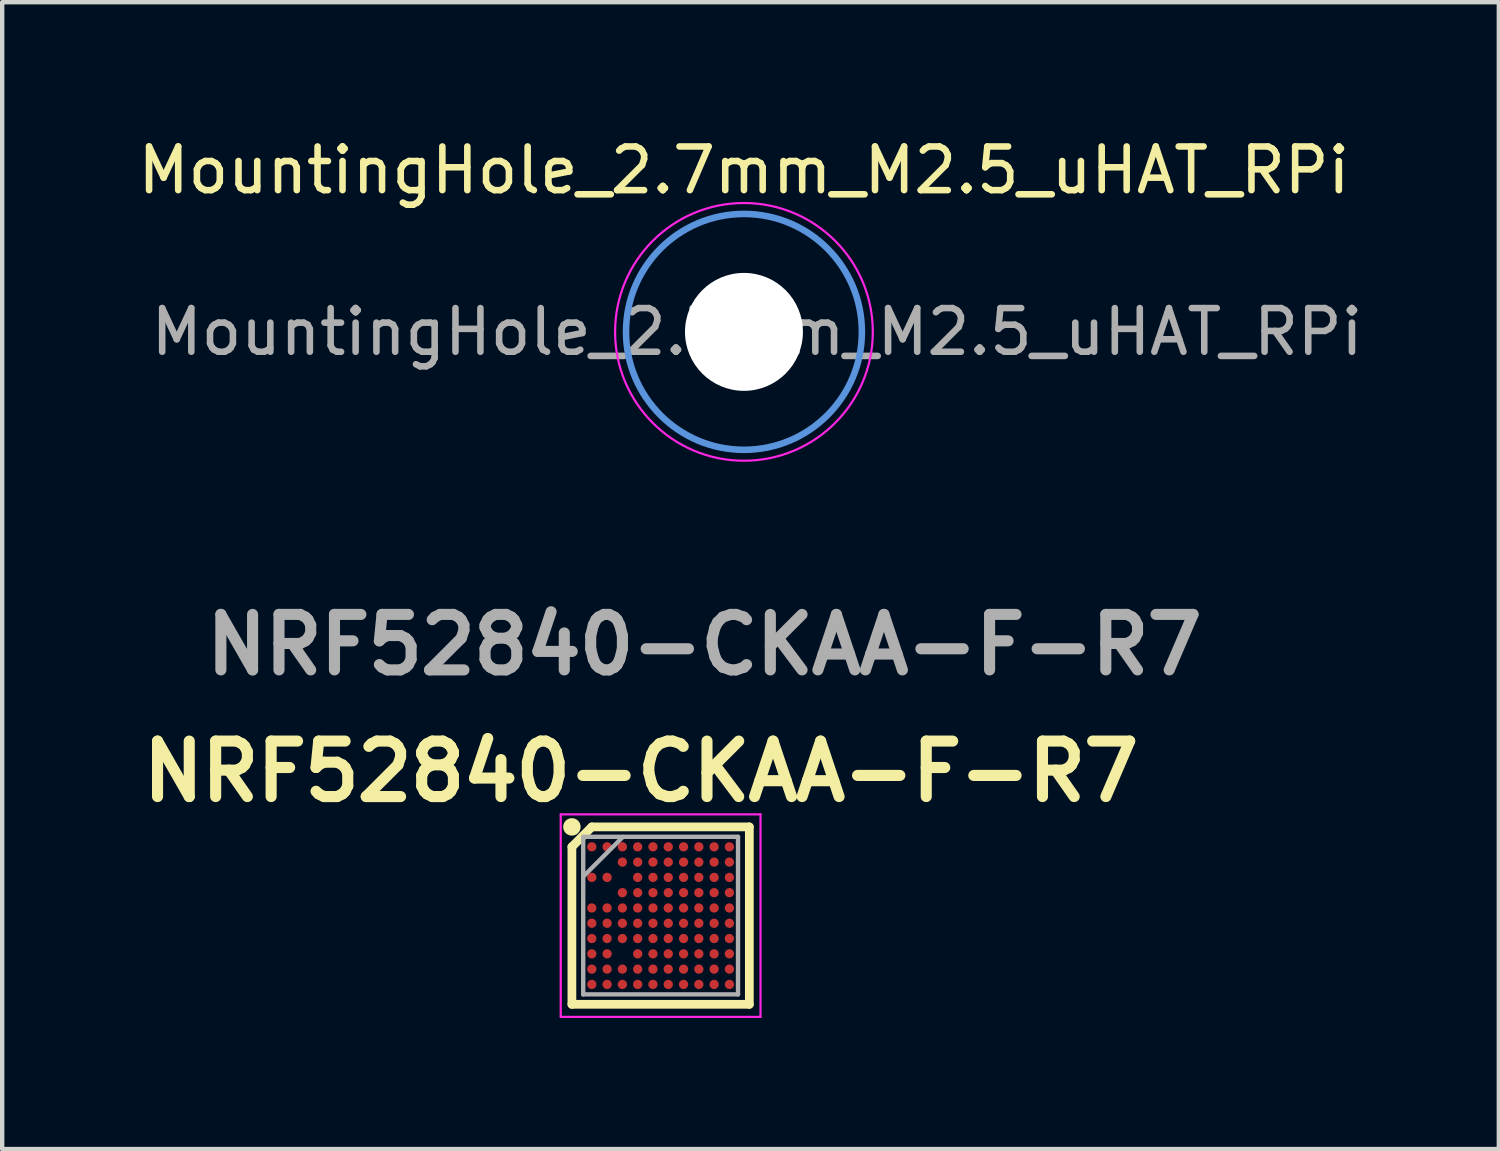
<source format=kicad_pcb>
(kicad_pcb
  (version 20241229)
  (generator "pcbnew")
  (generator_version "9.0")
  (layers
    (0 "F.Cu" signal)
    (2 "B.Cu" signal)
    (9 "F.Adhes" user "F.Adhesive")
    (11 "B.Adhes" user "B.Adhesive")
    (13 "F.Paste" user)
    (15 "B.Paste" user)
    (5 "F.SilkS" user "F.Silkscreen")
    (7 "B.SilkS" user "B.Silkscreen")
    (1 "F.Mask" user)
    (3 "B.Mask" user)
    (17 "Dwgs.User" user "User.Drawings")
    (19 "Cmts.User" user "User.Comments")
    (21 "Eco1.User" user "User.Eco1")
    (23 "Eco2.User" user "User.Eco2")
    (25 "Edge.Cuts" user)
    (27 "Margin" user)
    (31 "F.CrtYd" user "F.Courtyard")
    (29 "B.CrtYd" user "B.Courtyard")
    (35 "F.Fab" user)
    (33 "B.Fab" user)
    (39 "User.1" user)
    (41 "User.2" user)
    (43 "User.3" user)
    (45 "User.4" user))
  (footprint "NRF52840-CKAA-F-R7"
    (layer "F.Cu")
    (at 12.074 17.912)
    (property "Reference" "NRF52840-CKAA-F-R7" (at -0.45 -3.3 0) (layer "F.SilkS") (effects (font (size 1.27 1.27) (thickness 0.254))))
    (attr smd)
    (fp_line (start -2.031 -1.575) (end -1.575 -2.031) (stroke (width 0.2) (type solid)) (layer "F.SilkS"))
    (fp_line (start -2.031 2.031) (end -2.031 -1.575) (stroke (width 0.2) (type solid)) (layer "F.SilkS"))
    (fp_line (start -1.575 -2.031) (end 2.031 -2.031) (stroke (width 0.2) (type solid)) (layer "F.SilkS"))
    (fp_line (start 2.031 -2.031) (end 2.031 2.031) (stroke (width 0.2) (type solid)) (layer "F.SilkS"))
    (fp_line (start 2.031 2.031) (end -2.031 2.031) (stroke (width 0.2) (type solid)) (layer "F.SilkS"))
    (fp_circle (center -2.031 -2.031) (end -2.031 -1.931) (stroke (width 0.2) (type solid)) (fill no) (layer "F.SilkS"))
    (fp_line (start -2.287 -2.318) (end 2.287 -2.318) (stroke (width 0.05) (type solid)) (layer "F.CrtYd"))
    (fp_line (start -2.287 2.319) (end -2.287 -2.318) (stroke (width 0.05) (type solid)) (layer "F.CrtYd"))
    (fp_line (start 2.287 -2.318) (end 2.287 2.319) (stroke (width 0.05) (type solid)) (layer "F.CrtYd"))
    (fp_line (start 2.287 2.319) (end -2.287 2.319) (stroke (width 0.05) (type solid)) (layer "F.CrtYd"))
    (fp_line (start -1.772 -1.804) (end 1.772 -1.804) (stroke (width 0.1) (type solid)) (layer "F.Fab"))
    (fp_line (start -1.772 -0.894) (end -0.863 -1.803) (stroke (width 0.1) (type solid)) (layer "F.Fab"))
    (fp_line (start -1.772 1.803) (end -1.772 -1.804) (stroke (width 0.1) (type solid)) (layer "F.Fab"))
    (fp_line (start 1.772 -1.804) (end 1.772 1.803) (stroke (width 0.1) (type solid)) (layer "F.Fab"))
    (fp_line (start 1.772 1.803) (end -1.772 1.803) (stroke (width 0.1) (type solid)) (layer "F.Fab"))
    (fp_text user "${REFERENCE}" (at 1 -6.2 0) (layer "F.Fab") (effects (font (size 1.27 1.27) (thickness 0.254))))
    (pad "A1" smd circle (at -1.575 -1.575 90) (size 0.212 0.212) (layers "F.Cu" "F.Mask" "F.Paste"))
    (pad "A2" smd circle (at -1.225 -1.575 90) (size 0.212 0.212) (layers "F.Cu" "F.Mask" "F.Paste"))
    (pad "A3" smd circle (at -0.875 -1.575 90) (size 0.212 0.212) (layers "F.Cu" "F.Mask" "F.Paste"))
    (pad "A4" smd circle (at -0.525 -1.575 90) (size 0.212 0.212) (layers "F.Cu" "F.Mask" "F.Paste"))
    (pad "A5" smd circle (at -0.175 -1.575 90) (size 0.212 0.212) (layers "F.Cu" "F.Mask" "F.Paste"))
    (pad "A6" smd circle (at 0.175 -1.575 90) (size 0.212 0.212) (layers "F.Cu" "F.Mask" "F.Paste"))
    (pad "A7" smd circle (at 0.525 -1.575 90) (size 0.212 0.212) (layers "F.Cu" "F.Mask" "F.Paste"))
    (pad "A8" smd circle (at 0.875 -1.575 90) (size 0.212 0.212) (layers "F.Cu" "F.Mask" "F.Paste"))
    (pad "A9" smd circle (at 1.225 -1.575 90) (size 0.212 0.212) (layers "F.Cu" "F.Mask" "F.Paste"))
    (pad "A10" smd circle (at 1.575 -1.575 90) (size 0.212 0.212) (layers "F.Cu" "F.Mask" "F.Paste"))
    (pad "B3" smd circle (at -0.875 -1.225 90) (size 0.212 0.212) (layers "F.Cu" "F.Mask" "F.Paste"))
    (pad "B4" smd circle (at -0.525 -1.225 90) (size 0.212 0.212) (layers "F.Cu" "F.Mask" "F.Paste"))
    (pad "B5" smd circle (at -0.175 -1.225 90) (size 0.212 0.212) (layers "F.Cu" "F.Mask" "F.Paste"))
    (pad "B6" smd circle (at 0.175 -1.225 90) (size 0.212 0.212) (layers "F.Cu" "F.Mask" "F.Paste"))
    (pad "B7" smd circle (at 0.525 -1.225 90) (size 0.212 0.212) (layers "F.Cu" "F.Mask" "F.Paste"))
    (pad "B8" smd circle (at 0.875 -1.225 90) (size 0.212 0.212) (layers "F.Cu" "F.Mask" "F.Paste"))
    (pad "B9" smd circle (at 1.225 -1.225 90) (size 0.212 0.212) (layers "F.Cu" "F.Mask" "F.Paste"))
    (pad "B10" smd circle (at 1.575 -1.225 90) (size 0.212 0.212) (layers "F.Cu" "F.Mask" "F.Paste"))
    (pad "C1" smd circle (at -1.575 -0.875 90) (size 0.212 0.212) (layers "F.Cu" "F.Mask" "F.Paste"))
    (pad "C2" smd circle (at -1.225 -0.875 90) (size 0.212 0.212) (layers "F.Cu" "F.Mask" "F.Paste"))
    (pad "C4" smd circle (at -0.525 -0.875 90) (size 0.212 0.212) (layers "F.Cu" "F.Mask" "F.Paste"))
    (pad "C5" smd circle (at -0.175 -0.875 90) (size 0.212 0.212) (layers "F.Cu" "F.Mask" "F.Paste"))
    (pad "C6" smd circle (at 0.175 -0.875 90) (size 0.212 0.212) (layers "F.Cu" "F.Mask" "F.Paste"))
    (pad "C7" smd circle (at 0.525 -0.875 90) (size 0.212 0.212) (layers "F.Cu" "F.Mask" "F.Paste"))
    (pad "C8" smd circle (at 0.875 -0.875 90) (size 0.212 0.212) (layers "F.Cu" "F.Mask" "F.Paste"))
    (pad "C9" smd circle (at 1.225 -0.875 90) (size 0.212 0.212) (layers "F.Cu" "F.Mask" "F.Paste"))
    (pad "C10" smd circle (at 1.575 -0.875 90) (size 0.212 0.212) (layers "F.Cu" "F.Mask" "F.Paste"))
    (pad "D3" smd circle (at -0.875 -0.525 90) (size 0.212 0.212) (layers "F.Cu" "F.Mask" "F.Paste"))
    (pad "D4" smd circle (at -0.525 -0.525 90) (size 0.212 0.212) (layers "F.Cu" "F.Mask" "F.Paste"))
    (pad "D5" smd circle (at -0.175 -0.525 90) (size 0.212 0.212) (layers "F.Cu" "F.Mask" "F.Paste"))
    (pad "D6" smd circle (at 0.175 -0.525 90) (size 0.212 0.212) (layers "F.Cu" "F.Mask" "F.Paste"))
    (pad "D7" smd circle (at 0.525 -0.525 90) (size 0.212 0.212) (layers "F.Cu" "F.Mask" "F.Paste"))
    (pad "D8" smd circle (at 0.875 -0.525 90) (size 0.212 0.212) (layers "F.Cu" "F.Mask" "F.Paste"))
    (pad "D9" smd circle (at 1.225 -0.525 90) (size 0.212 0.212) (layers "F.Cu" "F.Mask" "F.Paste"))
    (pad "D10" smd circle (at 1.575 -0.525 90) (size 0.212 0.212) (layers "F.Cu" "F.Mask" "F.Paste"))
    (pad "E1" smd circle (at -1.575 -0.175 90) (size 0.212 0.212) (layers "F.Cu" "F.Mask" "F.Paste"))
    (pad "E2" smd circle (at -1.225 -0.175 90) (size 0.212 0.212) (layers "F.Cu" "F.Mask" "F.Paste"))
    (pad "E3" smd circle (at -0.875 -0.175 90) (size 0.212 0.212) (layers "F.Cu" "F.Mask" "F.Paste"))
    (pad "E4" smd circle (at -0.525 -0.175 90) (size 0.212 0.212) (layers "F.Cu" "F.Mask" "F.Paste"))
    (pad "E5" smd circle (at -0.175 -0.175 90) (size 0.212 0.212) (layers "F.Cu" "F.Mask" "F.Paste"))
    (pad "E6" smd circle (at 0.175 -0.175 90) (size 0.212 0.212) (layers "F.Cu" "F.Mask" "F.Paste"))
    (pad "E7" smd circle (at 0.525 -0.175 90) (size 0.212 0.212) (layers "F.Cu" "F.Mask" "F.Paste"))
    (pad "E8" smd circle (at 0.875 -0.175 90) (size 0.212 0.212) (layers "F.Cu" "F.Mask" "F.Paste"))
    (pad "E9" smd circle (at 1.225 -0.175 90) (size 0.212 0.212) (layers "F.Cu" "F.Mask" "F.Paste"))
    (pad "E10" smd circle (at 1.575 -0.175 90) (size 0.212 0.212) (layers "F.Cu" "F.Mask" "F.Paste"))
    (pad "F1" smd circle (at -1.575 0.175 90) (size 0.212 0.212) (layers "F.Cu" "F.Mask" "F.Paste"))
    (pad "F2" smd circle (at -1.225 0.175 90) (size 0.212 0.212) (layers "F.Cu" "F.Mask" "F.Paste"))
    (pad "F3" smd circle (at -0.875 0.175 90) (size 0.212 0.212) (layers "F.Cu" "F.Mask" "F.Paste"))
    (pad "F4" smd circle (at -0.525 0.175 90) (size 0.212 0.212) (layers "F.Cu" "F.Mask" "F.Paste"))
    (pad "F5" smd circle (at -0.175 0.175 90) (size 0.212 0.212) (layers "F.Cu" "F.Mask" "F.Paste"))
    (pad "F6" smd circle (at 0.175 0.175 90) (size 0.212 0.212) (layers "F.Cu" "F.Mask" "F.Paste"))
    (pad "F7" smd circle (at 0.525 0.175 90) (size 0.212 0.212) (layers "F.Cu" "F.Mask" "F.Paste"))
    (pad "F8" smd circle (at 0.875 0.175 90) (size 0.212 0.212) (layers "F.Cu" "F.Mask" "F.Paste"))
    (pad "F9" smd circle (at 1.225 0.175 90) (size 0.212 0.212) (layers "F.Cu" "F.Mask" "F.Paste"))
    (pad "F10" smd circle (at 1.575 0.175 90) (size 0.212 0.212) (layers "F.Cu" "F.Mask" "F.Paste"))
    (pad "G1" smd circle (at -1.575 0.525 90) (size 0.212 0.212) (layers "F.Cu" "F.Mask" "F.Paste"))
    (pad "G2" smd circle (at -1.225 0.525 90) (size 0.212 0.212) (layers "F.Cu" "F.Mask" "F.Paste"))
    (pad "G3" smd circle (at -0.875 0.525 90) (size 0.212 0.212) (layers "F.Cu" "F.Mask" "F.Paste"))
    (pad "G4" smd circle (at -0.525 0.525 90) (size 0.212 0.212) (layers "F.Cu" "F.Mask" "F.Paste"))
    (pad "G5" smd circle (at -0.175 0.525 90) (size 0.212 0.212) (layers "F.Cu" "F.Mask" "F.Paste"))
    (pad "G6" smd circle (at 0.175 0.525 90) (size 0.212 0.212) (layers "F.Cu" "F.Mask" "F.Paste"))
    (pad "G7" smd circle (at 0.525 0.525 90) (size 0.212 0.212) (layers "F.Cu" "F.Mask" "F.Paste"))
    (pad "G8" smd circle (at 0.875 0.525 90) (size 0.212 0.212) (layers "F.Cu" "F.Mask" "F.Paste"))
    (pad "G9" smd circle (at 1.225 0.525 90) (size 0.212 0.212) (layers "F.Cu" "F.Mask" "F.Paste"))
    (pad "G10" smd circle (at 1.575 0.525 90) (size 0.212 0.212) (layers "F.Cu" "F.Mask" "F.Paste"))
    (pad "H1" smd circle (at -1.575 0.875 90) (size 0.212 0.212) (layers "F.Cu" "F.Mask" "F.Paste"))
    (pad "H2" smd circle (at -1.225 0.875 90) (size 0.212 0.212) (layers "F.Cu" "F.Mask" "F.Paste"))
    (pad "H4" smd circle (at -0.525 0.875 90) (size 0.212 0.212) (layers "F.Cu" "F.Mask" "F.Paste"))
    (pad "H5" smd circle (at -0.175 0.875 90) (size 0.212 0.212) (layers "F.Cu" "F.Mask" "F.Paste"))
    (pad "H6" smd circle (at 0.175 0.875 90) (size 0.212 0.212) (layers "F.Cu" "F.Mask" "F.Paste"))
    (pad "H7" smd circle (at 0.525 0.875 90) (size 0.212 0.212) (layers "F.Cu" "F.Mask" "F.Paste"))
    (pad "H8" smd circle (at 0.875 0.875 90) (size 0.212 0.212) (layers "F.Cu" "F.Mask" "F.Paste"))
    (pad "H9" smd circle (at 1.225 0.875 90) (size 0.212 0.212) (layers "F.Cu" "F.Mask" "F.Paste"))
    (pad "H10" smd circle (at 1.575 0.875 90) (size 0.212 0.212) (layers "F.Cu" "F.Mask" "F.Paste"))
    (pad "J1" smd circle (at -1.575 1.225 90) (size 0.212 0.212) (layers "F.Cu" "F.Mask" "F.Paste"))
    (pad "J2" smd circle (at -1.225 1.225 90) (size 0.212 0.212) (layers "F.Cu" "F.Mask" "F.Paste"))
    (pad "J3" smd circle (at -0.875 1.225 90) (size 0.212 0.212) (layers "F.Cu" "F.Mask" "F.Paste"))
    (pad "J4" smd circle (at -0.525 1.225 90) (size 0.212 0.212) (layers "F.Cu" "F.Mask" "F.Paste"))
    (pad "J5" smd circle (at -0.175 1.225 90) (size 0.212 0.212) (layers "F.Cu" "F.Mask" "F.Paste"))
    (pad "J6" smd circle (at 0.175 1.225 90) (size 0.212 0.212) (layers "F.Cu" "F.Mask" "F.Paste"))
    (pad "J7" smd circle (at 0.525 1.225 90) (size 0.212 0.212) (layers "F.Cu" "F.Mask" "F.Paste"))
    (pad "J8" smd circle (at 0.875 1.225 90) (size 0.212 0.212) (layers "F.Cu" "F.Mask" "F.Paste"))
    (pad "J9" smd circle (at 1.225 1.225 90) (size 0.212 0.212) (layers "F.Cu" "F.Mask" "F.Paste"))
    (pad "J10" smd circle (at 1.575 1.225 90) (size 0.212 0.212) (layers "F.Cu" "F.Mask" "F.Paste"))
    (pad "K1" smd circle (at -1.575 1.575 90) (size 0.212 0.212) (layers "F.Cu" "F.Mask" "F.Paste"))
    (pad "K2" smd circle (at -1.225 1.575 90) (size 0.212 0.212) (layers "F.Cu" "F.Mask" "F.Paste"))
    (pad "K3" smd circle (at -0.875 1.575 90) (size 0.212 0.212) (layers "F.Cu" "F.Mask" "F.Paste"))
    (pad "K4" smd circle (at -0.525 1.575 90) (size 0.212 0.212) (layers "F.Cu" "F.Mask" "F.Paste"))
    (pad "K5" smd circle (at -0.175 1.575 90) (size 0.212 0.212) (layers "F.Cu" "F.Mask" "F.Paste"))
    (pad "K6" smd circle (at 0.175 1.575 90) (size 0.212 0.212) (layers "F.Cu" "F.Mask" "F.Paste"))
    (pad "K7" smd circle (at 0.525 1.575 90) (size 0.212 0.212) (layers "F.Cu" "F.Mask" "F.Paste"))
    (pad "K8" smd circle (at 0.875 1.575 90) (size 0.212 0.212) (layers "F.Cu" "F.Mask" "F.Paste"))
    (pad "K9" smd circle (at 1.225 1.575 90) (size 0.212 0.212) (layers "F.Cu" "F.Mask" "F.Paste"))
    (pad "K10" smd circle (at 1.575 1.575 90) (size 0.212 0.212) (layers "F.Cu" "F.Mask" "F.Paste")))
  (footprint "MountingHole_2.7mm_M2.5_uHAT_RPi"
    (layer "F.Cu")
    (at 13.982 4.548)
    (property "Reference" "MountingHole_2.7mm_M2.5_uHAT_RPi" (at 0 -3.7 0) (layer "F.SilkS") (effects (font (size 1 1) (thickness 0.15))))
    (attr exclude_from_pos_files exclude_from_bom)
    (fp_circle (center 0 0) (end 2.7 0) (stroke (width 0.15) (type solid)) (fill no) (layer "Cmts.User"))
    (fp_circle (center 0 0) (end 2.95 0) (stroke (width 0.05) (type solid)) (fill no) (layer "F.CrtYd"))
    (fp_text user "${REFERENCE}" (at 0.3 0 0) (layer "F.Fab") (effects (font (size 1 1) (thickness 0.15))))
    (pad "" np_thru_hole circle (at 0 0) (size 2.7 2.7) (drill 2.7) (layers "*.Cu" "*.Mask")))
  (gr_rect
    (start -3 -3)
    (end 31.264 23.256)
    (stroke (width 0.1) (type default))
    (fill no)
    (layer "Edge.Cuts")))
</source>
